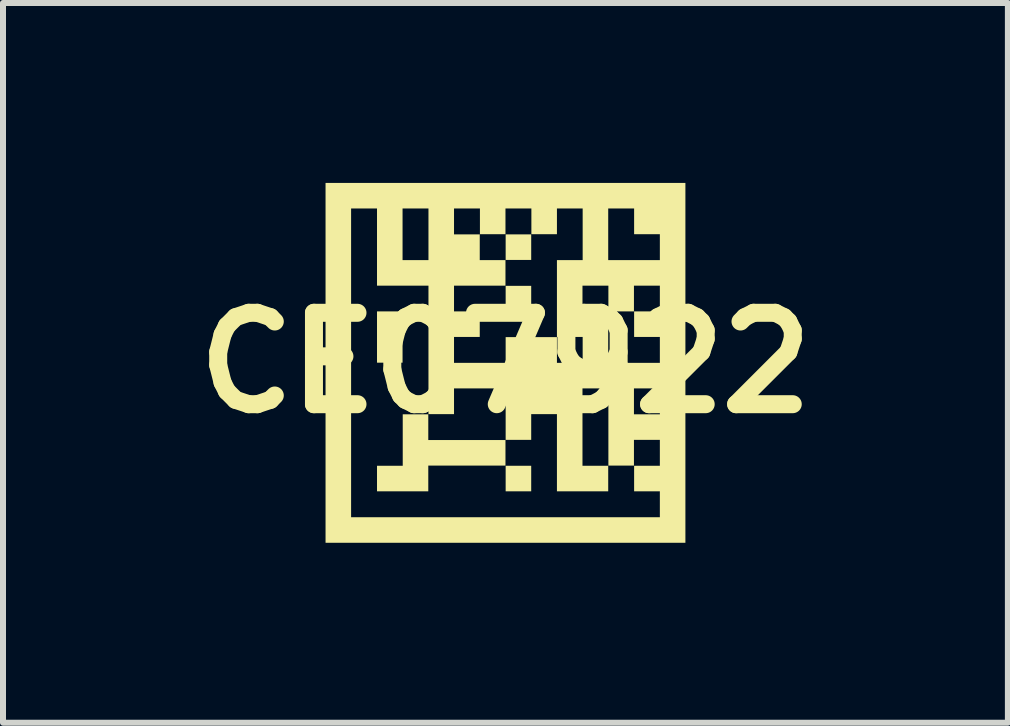
<source format=kicad_pcb>
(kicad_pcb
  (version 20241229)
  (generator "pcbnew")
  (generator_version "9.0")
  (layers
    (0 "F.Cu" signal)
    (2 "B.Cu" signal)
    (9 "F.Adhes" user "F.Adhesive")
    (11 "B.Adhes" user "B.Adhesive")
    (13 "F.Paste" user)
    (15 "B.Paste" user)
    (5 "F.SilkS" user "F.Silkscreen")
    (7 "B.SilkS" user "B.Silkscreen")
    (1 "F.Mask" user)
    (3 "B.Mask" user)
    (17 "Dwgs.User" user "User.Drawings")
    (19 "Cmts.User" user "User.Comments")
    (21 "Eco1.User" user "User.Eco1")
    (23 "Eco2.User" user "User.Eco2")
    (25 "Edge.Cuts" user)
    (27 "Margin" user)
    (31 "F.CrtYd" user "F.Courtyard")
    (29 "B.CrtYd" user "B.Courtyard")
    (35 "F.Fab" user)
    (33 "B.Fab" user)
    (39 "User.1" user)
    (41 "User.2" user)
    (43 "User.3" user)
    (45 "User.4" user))
  (footprint "CE07922"
    (layer "F.Cu")
    (at 5.378 3)
    (property "Reference" "CE07922" (at 0 0 0) (layer "F.SilkS") (effects (font (size 1.524 1.524) (thickness 0.3))))
    (attr board_only exclude_from_pos_files exclude_from_bom)
    (fp_poly (pts (xy -1.716 -0.003) (xy -2.142 -0.003) (xy -2.142 -0.858) (xy -1.716 -0.858)) (stroke (width 0) (type solid)) (fill yes) (layer "F.SilkS"))
    (fp_poly (pts (xy 0.429 -1.716) (xy 0.003 -1.716) (xy 0.003 -2.142) (xy 0.429 -2.142)) (stroke (width 0) (type solid)) (fill yes) (layer "F.SilkS"))
    (fp_poly (pts (xy 0.429 -0.858) (xy 0.003 -0.858) (xy 0.003 -1.284) (xy 0.429 -1.284)) (stroke (width 0) (type solid)) (fill yes) (layer "F.SilkS"))
    (fp_poly (pts (xy 0.429 2.142) (xy 0.003 2.142) (xy 0.003 1.716) (xy 0.429 1.716)) (stroke (width 0) (type solid)) (fill yes) (layer "F.SilkS"))
    (fp_poly (pts (xy -1.287 1.287) (xy 0 1.287) (xy 0 1.713) (xy -1.287 1.713) (xy -1.287 2.142) (xy -2.142 2.142) (xy -2.142 1.716) (xy -1.713 1.716) (xy -1.713 0.858) (xy -1.287 0.858)) (stroke (width 0) (type solid)) (fill yes) (layer "F.SilkS"))
    (fp_poly (pts (xy 3 3) (xy -3 3) (xy -3 -2.574) (xy -2.574 -2.574) (xy -2.574 2.574) (xy 2.574 2.574) (xy 2.574 2.142) (xy 2.145 2.142) (xy 2.145 1.716) (xy 2.574 1.716) (xy 2.574 1.284) (xy 2.142 1.284) (xy 2.142 1.713) (xy 1.716 1.713) (xy 1.716 0.426) (xy 2.142 0.426) (xy 2.142 0.858) (xy 2.574 0.858) (xy 2.574 0.426) (xy 2.142 0.426) (xy 1.716 0.426) (xy 1.284 0.426) (xy 1.284 1.716) (xy 1.713 1.716) (xy 1.713 2.142) (xy 0.858 2.142) (xy 0.858 0.855) (xy 0.429 0.855) (xy 0.429 1.284) (xy 0.003 1.284) (xy 0.003 0.426) (xy -0.858 0.426) (xy -0.858 0.855) (xy -1.284 0.855) (xy -1.284 -1.287) (xy -2.142 -1.287) (xy -2.142 -2.574) (xy -1.716 -2.574) (xy -1.716 -1.713) (xy -1.284 -1.713) (xy -1.284 -2.574) (xy -0.858 -2.574) (xy -0.858 -2.142) (xy -0.429 -2.142) (xy -0.429 -1.713) (xy 0 -1.713) (xy 0 -1.287) (xy -0.858 -1.287) (xy -0.858 -0.858) (xy -0.429 -0.858) (xy -0.429 -0.432) (xy -0.858 -0.432) (xy -0.858 0) (xy 0.003 0) (xy 0.003 -0.429) (xy 0.858 -0.429) (xy 0.858 0) (xy 1.287 0) (xy 1.287 -0.432) (xy 0.858 -0.432) (xy 0.858 -1.287) (xy 1.284 -1.287) (xy 1.284 -0.858) (xy 1.713 -0.858) (xy 1.713 0) (xy 2.574 0) (xy 2.574 -0.432) (xy 2.145 -0.432) (xy 2.145 -0.858) (xy 2.574 -0.858) (xy 2.574 -1.287) (xy 2.142 -1.287) (xy 2.142 -0.858) (xy 1.716 -0.858) (xy 1.716 -1.287) (xy 1.284 -1.287) (xy 0.858 -1.287) (xy 0.858 -1.713) (xy 1.287 -1.713) (xy 1.287 -2.574) (xy 1.713 -2.574) (xy 1.713 -1.713) (xy 2.574 -1.713) (xy 2.574 -2.145) (xy 2.145 -2.145) (xy 2.145 -2.574) (xy 1.713 -2.574) (xy 1.287 -2.574) (xy 0.858 -2.574) (xy 0.858 -2.145) (xy 0.432 -2.145) (xy 0.432 -2.574) (xy 0 -2.574) (xy 0 -2.145) (xy -0.426 -2.145) (xy -0.426 -2.574) (xy -0.858 -2.574) (xy -1.284 -2.574) (xy -1.716 -2.574) (xy -2.142 -2.574) (xy -2.574 -2.574) (xy -3 -2.574) (xy -3 -3) (xy 3 -3)) (stroke (width 0) (type solid)) (fill yes) (layer "F.SilkS")))
  (gr_rect
    (start -3 -3)
    (end 13.755 9)
    (stroke (width 0.1) (type default))
    (fill no)
    (layer "Edge.Cuts")))
</source>
